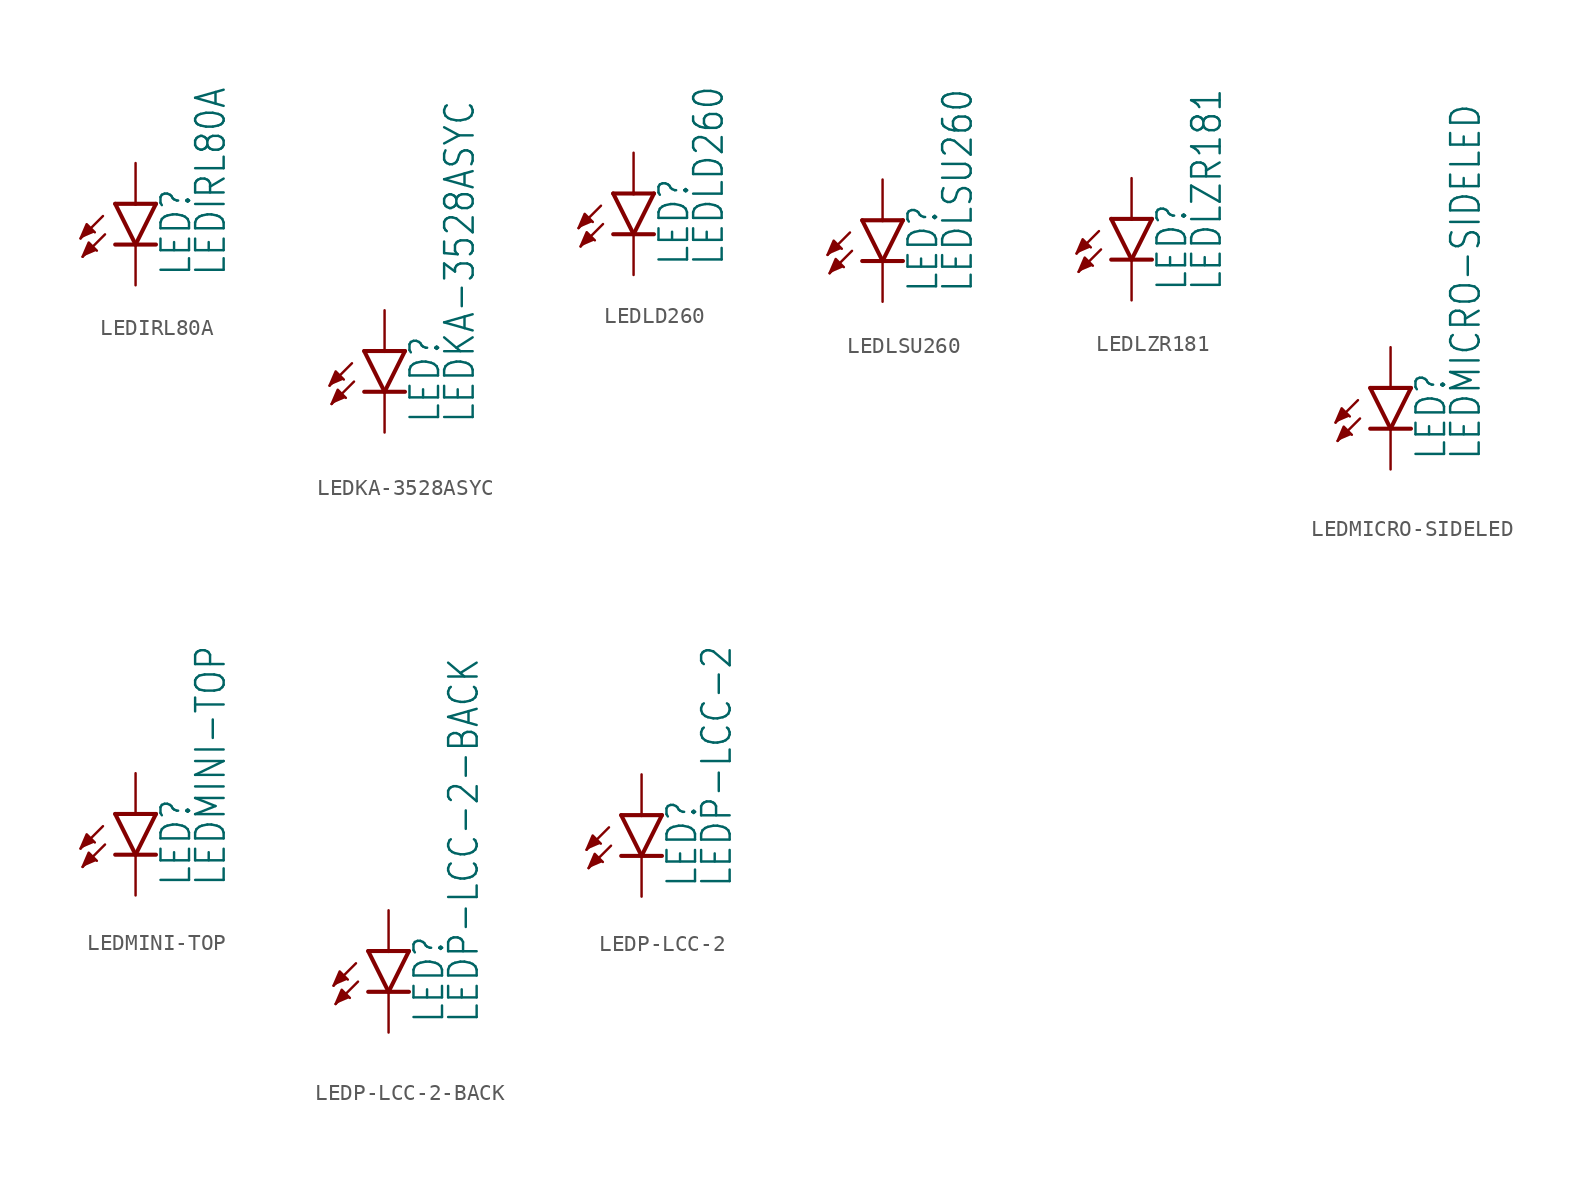
<source format=kicad_sym>
(kicad_symbol_lib
  (version 20210619)
  (generator kicad_symbol_editor)
  (symbol "LEDIRL80A"
    (property "Reference" "LED"
      (at 3.556 -4.572 90)
      (effects (font (size 1.778 1.511)) (justify left bottom)))
    (property "Value" "LEDIRL80A"
      (at 5.715 -4.572 90)
      (effects (font (size 1.778 1.511)) (justify left bottom)))
    (property "ki_locked" ""
      (at 0 0 0)
      (effects (font (size 1.27 1.27))))
    (symbol "LEDIRL80A_1_0"
      (polyline (pts (xy -2.032 -0.762) (xy -3.429 -2.159)) (stroke (width 0.152)) (fill (type none)))
      (polyline (pts (xy -1.905 -1.905) (xy -3.302 -3.302)) (stroke (width 0.152)) (fill (type none)))
      (polyline (pts (xy 0 -2.54) (xy -1.27 -2.54)) (stroke (width 0.254)) (fill (type none)))
      (polyline (pts (xy 0 -2.54) (xy -1.27 0)) (stroke (width 0.254)) (fill (type none)))
      (polyline (pts (xy 0 0) (xy -1.27 0)) (stroke (width 0.254)) (fill (type none)))
      (polyline (pts (xy 1.27 -2.54) (xy 0 -2.54)) (stroke (width 0.254)) (fill (type none)))
      (polyline (pts (xy 1.27 0) (xy 0 -2.54)) (stroke (width 0.254)) (fill (type none)))
      (polyline (pts (xy 1.27 0) (xy 0 0)) (stroke (width 0.254)) (fill (type none)))
      (polyline (pts (xy -3.429 -2.159) (xy -3.048 -1.27) (xy -2.54 -1.778)) (stroke (width 0)) (fill (type outline)))
      (polyline (pts (xy -3.302 -3.302) (xy -2.921 -2.413) (xy -2.413 -2.921)) (stroke (width 0)) (fill (type outline)))
      (pin passive line (at 0 2.54 270) (length 2.54) (name "A" (effects (font (size 0 0)))) (number "A" (effects (font (size 0 0)))))
      (pin passive line (at 0 -5.08 90) (length 2.54) (name "C" (effects (font (size 0 0)))) (number "K" (effects (font (size 0 0)))))))
  (symbol "LEDKA-3528ASYC"
    (property "Reference" "LED"
      (at 3.556 -4.572 90)
      (effects (font (size 1.778 1.511)) (justify left bottom)))
    (property "Value" "LEDKA-3528ASYC"
      (at 5.715 -4.572 90)
      (effects (font (size 1.778 1.511)) (justify left bottom)))
    (property "ki_locked" ""
      (at 0 0 0)
      (effects (font (size 1.27 1.27))))
    (symbol "LEDKA-3528ASYC_1_0"
      (polyline (pts (xy -2.032 -0.762) (xy -3.429 -2.159)) (stroke (width 0.152)) (fill (type none)))
      (polyline (pts (xy -1.905 -1.905) (xy -3.302 -3.302)) (stroke (width 0.152)) (fill (type none)))
      (polyline (pts (xy 0 -2.54) (xy -1.27 -2.54)) (stroke (width 0.254)) (fill (type none)))
      (polyline (pts (xy 0 -2.54) (xy -1.27 0)) (stroke (width 0.254)) (fill (type none)))
      (polyline (pts (xy 0 0) (xy -1.27 0)) (stroke (width 0.254)) (fill (type none)))
      (polyline (pts (xy 1.27 -2.54) (xy 0 -2.54)) (stroke (width 0.254)) (fill (type none)))
      (polyline (pts (xy 1.27 0) (xy 0 -2.54)) (stroke (width 0.254)) (fill (type none)))
      (polyline (pts (xy 1.27 0) (xy 0 0)) (stroke (width 0.254)) (fill (type none)))
      (polyline (pts (xy -3.429 -2.159) (xy -3.048 -1.27) (xy -2.54 -1.778)) (stroke (width 0)) (fill (type outline)))
      (polyline (pts (xy -3.302 -3.302) (xy -2.921 -2.413) (xy -2.413 -2.921)) (stroke (width 0)) (fill (type outline)))
      (pin passive line (at 0 2.54 270) (length 2.54) (name "A" (effects (font (size 0 0)))) (number "A" (effects (font (size 0 0)))))
      (pin passive line (at 0 -5.08 90) (length 2.54) (name "C" (effects (font (size 0 0)))) (number "C" (effects (font (size 0 0)))))))
  (symbol "LEDLD260"
    (property "Reference" "LED"
      (at 3.556 -4.572 90)
      (effects (font (size 1.778 1.511)) (justify left bottom)))
    (property "Value" "LEDLD260"
      (at 5.715 -4.572 90)
      (effects (font (size 1.778 1.511)) (justify left bottom)))
    (property "ki_locked" ""
      (at 0 0 0)
      (effects (font (size 1.27 1.27))))
    (symbol "LEDLD260_1_0"
      (polyline (pts (xy -2.032 -0.762) (xy -3.429 -2.159)) (stroke (width 0.152)) (fill (type none)))
      (polyline (pts (xy -1.905 -1.905) (xy -3.302 -3.302)) (stroke (width 0.152)) (fill (type none)))
      (polyline (pts (xy 0 -2.54) (xy -1.27 -2.54)) (stroke (width 0.254)) (fill (type none)))
      (polyline (pts (xy 0 -2.54) (xy -1.27 0)) (stroke (width 0.254)) (fill (type none)))
      (polyline (pts (xy 0 0) (xy -1.27 0)) (stroke (width 0.254)) (fill (type none)))
      (polyline (pts (xy 1.27 -2.54) (xy 0 -2.54)) (stroke (width 0.254)) (fill (type none)))
      (polyline (pts (xy 1.27 0) (xy 0 -2.54)) (stroke (width 0.254)) (fill (type none)))
      (polyline (pts (xy 1.27 0) (xy 0 0)) (stroke (width 0.254)) (fill (type none)))
      (polyline (pts (xy -3.429 -2.159) (xy -3.048 -1.27) (xy -2.54 -1.778)) (stroke (width 0)) (fill (type outline)))
      (polyline (pts (xy -3.302 -3.302) (xy -2.921 -2.413) (xy -2.413 -2.921)) (stroke (width 0)) (fill (type outline)))
      (pin passive line (at 0 2.54 270) (length 2.54) (name "A" (effects (font (size 0 0)))) (number "A" (effects (font (size 0 0)))))
      (pin passive line (at 0 -5.08 90) (length 2.54) (name "C" (effects (font (size 0 0)))) (number "K" (effects (font (size 0 0)))))))
  (symbol "LEDLSU260"
    (property "Reference" "LED"
      (at 3.556 -4.572 90)
      (effects (font (size 1.778 1.511)) (justify left bottom)))
    (property "Value" "LEDLSU260"
      (at 5.715 -4.572 90)
      (effects (font (size 1.778 1.511)) (justify left bottom)))
    (property "ki_locked" ""
      (at 0 0 0)
      (effects (font (size 1.27 1.27))))
    (symbol "LEDLSU260_1_0"
      (polyline (pts (xy -2.032 -0.762) (xy -3.429 -2.159)) (stroke (width 0.152)) (fill (type none)))
      (polyline (pts (xy -1.905 -1.905) (xy -3.302 -3.302)) (stroke (width 0.152)) (fill (type none)))
      (polyline (pts (xy 0 -2.54) (xy -1.27 -2.54)) (stroke (width 0.254)) (fill (type none)))
      (polyline (pts (xy 0 -2.54) (xy -1.27 0)) (stroke (width 0.254)) (fill (type none)))
      (polyline (pts (xy 0 0) (xy -1.27 0)) (stroke (width 0.254)) (fill (type none)))
      (polyline (pts (xy 1.27 -2.54) (xy 0 -2.54)) (stroke (width 0.254)) (fill (type none)))
      (polyline (pts (xy 1.27 0) (xy 0 -2.54)) (stroke (width 0.254)) (fill (type none)))
      (polyline (pts (xy 1.27 0) (xy 0 0)) (stroke (width 0.254)) (fill (type none)))
      (polyline (pts (xy -3.429 -2.159) (xy -3.048 -1.27) (xy -2.54 -1.778)) (stroke (width 0)) (fill (type outline)))
      (polyline (pts (xy -3.302 -3.302) (xy -2.921 -2.413) (xy -2.413 -2.921)) (stroke (width 0)) (fill (type outline)))
      (pin passive line (at 0 2.54 270) (length 2.54) (name "A" (effects (font (size 0 0)))) (number "A" (effects (font (size 0 0)))))
      (pin passive line (at 0 -5.08 90) (length 2.54) (name "C" (effects (font (size 0 0)))) (number "K" (effects (font (size 0 0)))))))
  (symbol "LEDLZR181"
    (property "Reference" "LED"
      (at 3.556 -4.572 90)
      (effects (font (size 1.778 1.511)) (justify left bottom)))
    (property "Value" "LEDLZR181"
      (at 5.715 -4.572 90)
      (effects (font (size 1.778 1.511)) (justify left bottom)))
    (property "ki_locked" ""
      (at 0 0 0)
      (effects (font (size 1.27 1.27))))
    (symbol "LEDLZR181_1_0"
      (polyline (pts (xy -2.032 -0.762) (xy -3.429 -2.159)) (stroke (width 0.152)) (fill (type none)))
      (polyline (pts (xy -1.905 -1.905) (xy -3.302 -3.302)) (stroke (width 0.152)) (fill (type none)))
      (polyline (pts (xy 0 -2.54) (xy -1.27 -2.54)) (stroke (width 0.254)) (fill (type none)))
      (polyline (pts (xy 0 -2.54) (xy -1.27 0)) (stroke (width 0.254)) (fill (type none)))
      (polyline (pts (xy 0 0) (xy -1.27 0)) (stroke (width 0.254)) (fill (type none)))
      (polyline (pts (xy 1.27 -2.54) (xy 0 -2.54)) (stroke (width 0.254)) (fill (type none)))
      (polyline (pts (xy 1.27 0) (xy 0 -2.54)) (stroke (width 0.254)) (fill (type none)))
      (polyline (pts (xy 1.27 0) (xy 0 0)) (stroke (width 0.254)) (fill (type none)))
      (polyline (pts (xy -3.429 -2.159) (xy -3.048 -1.27) (xy -2.54 -1.778)) (stroke (width 0)) (fill (type outline)))
      (polyline (pts (xy -3.302 -3.302) (xy -2.921 -2.413) (xy -2.413 -2.921)) (stroke (width 0)) (fill (type outline)))
      (pin passive line (at 0 2.54 270) (length 2.54) (name "A" (effects (font (size 0 0)))) (number "A" (effects (font (size 0 0)))))
      (pin passive line (at 0 -5.08 90) (length 2.54) (name "C" (effects (font (size 0 0)))) (number "K" (effects (font (size 0 0)))))))
  (symbol "LEDMICRO-SIDELED"
    (property "Reference" "LED"
      (at 3.556 -4.572 90)
      (effects (font (size 1.778 1.511)) (justify left bottom)))
    (property "Value" "LEDMICRO-SIDELED"
      (at 5.715 -4.572 90)
      (effects (font (size 1.778 1.511)) (justify left bottom)))
    (property "ki_locked" ""
      (at 0 0 0)
      (effects (font (size 1.27 1.27))))
    (symbol "LEDMICRO-SIDELED_1_0"
      (polyline (pts (xy -2.032 -0.762) (xy -3.429 -2.159)) (stroke (width 0.152)) (fill (type none)))
      (polyline (pts (xy -1.905 -1.905) (xy -3.302 -3.302)) (stroke (width 0.152)) (fill (type none)))
      (polyline (pts (xy 0 -2.54) (xy -1.27 -2.54)) (stroke (width 0.254)) (fill (type none)))
      (polyline (pts (xy 0 -2.54) (xy -1.27 0)) (stroke (width 0.254)) (fill (type none)))
      (polyline (pts (xy 0 0) (xy -1.27 0)) (stroke (width 0.254)) (fill (type none)))
      (polyline (pts (xy 1.27 -2.54) (xy 0 -2.54)) (stroke (width 0.254)) (fill (type none)))
      (polyline (pts (xy 1.27 0) (xy 0 -2.54)) (stroke (width 0.254)) (fill (type none)))
      (polyline (pts (xy 1.27 0) (xy 0 0)) (stroke (width 0.254)) (fill (type none)))
      (polyline (pts (xy -3.429 -2.159) (xy -3.048 -1.27) (xy -2.54 -1.778)) (stroke (width 0)) (fill (type outline)))
      (polyline (pts (xy -3.302 -3.302) (xy -2.921 -2.413) (xy -2.413 -2.921)) (stroke (width 0)) (fill (type outline)))
      (pin passive line (at 0 2.54 270) (length 2.54) (name "A" (effects (font (size 0 0)))) (number "A" (effects (font (size 0 0)))))
      (pin passive line (at 0 -5.08 90) (length 2.54) (name "C" (effects (font (size 0 0)))) (number "C" (effects (font (size 0 0)))))))
  (symbol "LEDMINI-TOP"
    (property "Reference" "LED"
      (at 3.556 -4.572 90)
      (effects (font (size 1.778 1.511)) (justify left bottom)))
    (property "Value" "LEDMINI-TOP"
      (at 5.715 -4.572 90)
      (effects (font (size 1.778 1.511)) (justify left bottom)))
    (property "ki_locked" ""
      (at 0 0 0)
      (effects (font (size 1.27 1.27))))
    (symbol "LEDMINI-TOP_1_0"
      (polyline (pts (xy -2.032 -0.762) (xy -3.429 -2.159)) (stroke (width 0.152)) (fill (type none)))
      (polyline (pts (xy -1.905 -1.905) (xy -3.302 -3.302)) (stroke (width 0.152)) (fill (type none)))
      (polyline (pts (xy 0 -2.54) (xy -1.27 -2.54)) (stroke (width 0.254)) (fill (type none)))
      (polyline (pts (xy 0 -2.54) (xy -1.27 0)) (stroke (width 0.254)) (fill (type none)))
      (polyline (pts (xy 0 0) (xy -1.27 0)) (stroke (width 0.254)) (fill (type none)))
      (polyline (pts (xy 1.27 -2.54) (xy 0 -2.54)) (stroke (width 0.254)) (fill (type none)))
      (polyline (pts (xy 1.27 0) (xy 0 -2.54)) (stroke (width 0.254)) (fill (type none)))
      (polyline (pts (xy 1.27 0) (xy 0 0)) (stroke (width 0.254)) (fill (type none)))
      (polyline (pts (xy -3.429 -2.159) (xy -3.048 -1.27) (xy -2.54 -1.778)) (stroke (width 0)) (fill (type outline)))
      (polyline (pts (xy -3.302 -3.302) (xy -2.921 -2.413) (xy -2.413 -2.921)) (stroke (width 0)) (fill (type outline)))
      (pin passive line (at 0 2.54 270) (length 2.54) (name "A" (effects (font (size 0 0)))) (number "A" (effects (font (size 0 0)))))
      (pin passive line (at 0 -5.08 90) (length 2.54) (name "C" (effects (font (size 0 0)))) (number "C" (effects (font (size 0 0)))))))
  (symbol "LEDP-LCC-2-BACK"
    (property "Reference" "LED"
      (at 3.556 -4.572 90)
      (effects (font (size 1.778 1.511)) (justify left bottom)))
    (property "Value" "LEDP-LCC-2-BACK"
      (at 5.715 -4.572 90)
      (effects (font (size 1.778 1.511)) (justify left bottom)))
    (property "ki_locked" ""
      (at 0 0 0)
      (effects (font (size 1.27 1.27))))
    (symbol "LEDP-LCC-2-BACK_1_0"
      (polyline (pts (xy -2.032 -0.762) (xy -3.429 -2.159)) (stroke (width 0.152)) (fill (type none)))
      (polyline (pts (xy -1.905 -1.905) (xy -3.302 -3.302)) (stroke (width 0.152)) (fill (type none)))
      (polyline (pts (xy 0 -2.54) (xy -1.27 -2.54)) (stroke (width 0.254)) (fill (type none)))
      (polyline (pts (xy 0 -2.54) (xy -1.27 0)) (stroke (width 0.254)) (fill (type none)))
      (polyline (pts (xy 0 0) (xy -1.27 0)) (stroke (width 0.254)) (fill (type none)))
      (polyline (pts (xy 1.27 -2.54) (xy 0 -2.54)) (stroke (width 0.254)) (fill (type none)))
      (polyline (pts (xy 1.27 0) (xy 0 -2.54)) (stroke (width 0.254)) (fill (type none)))
      (polyline (pts (xy 1.27 0) (xy 0 0)) (stroke (width 0.254)) (fill (type none)))
      (polyline (pts (xy -3.429 -2.159) (xy -3.048 -1.27) (xy -2.54 -1.778)) (stroke (width 0)) (fill (type outline)))
      (polyline (pts (xy -3.302 -3.302) (xy -2.921 -2.413) (xy -2.413 -2.921)) (stroke (width 0)) (fill (type outline)))
      (pin passive line (at 0 2.54 270) (length 2.54) (name "A" (effects (font (size 0 0)))) (number "A" (effects (font (size 0 0)))))
      (pin passive line (at 0 -5.08 90) (length 2.54) (name "C" (effects (font (size 0 0)))) (number "C" (effects (font (size 0 0)))))))
  (symbol "LEDP-LCC-2"
    (property "Reference" "LED"
      (at 3.556 -4.572 90)
      (effects (font (size 1.778 1.511)) (justify left bottom)))
    (property "Value" "LEDP-LCC-2"
      (at 5.715 -4.572 90)
      (effects (font (size 1.778 1.511)) (justify left bottom)))
    (property "ki_locked" ""
      (at 0 0 0)
      (effects (font (size 1.27 1.27))))
    (symbol "LEDP-LCC-2_1_0"
      (polyline (pts (xy -2.032 -0.762) (xy -3.429 -2.159)) (stroke (width 0.152)) (fill (type none)))
      (polyline (pts (xy -1.905 -1.905) (xy -3.302 -3.302)) (stroke (width 0.152)) (fill (type none)))
      (polyline (pts (xy 0 -2.54) (xy -1.27 -2.54)) (stroke (width 0.254)) (fill (type none)))
      (polyline (pts (xy 0 -2.54) (xy -1.27 0)) (stroke (width 0.254)) (fill (type none)))
      (polyline (pts (xy 0 0) (xy -1.27 0)) (stroke (width 0.254)) (fill (type none)))
      (polyline (pts (xy 1.27 -2.54) (xy 0 -2.54)) (stroke (width 0.254)) (fill (type none)))
      (polyline (pts (xy 1.27 0) (xy 0 -2.54)) (stroke (width 0.254)) (fill (type none)))
      (polyline (pts (xy 1.27 0) (xy 0 0)) (stroke (width 0.254)) (fill (type none)))
      (polyline (pts (xy -3.429 -2.159) (xy -3.048 -1.27) (xy -2.54 -1.778)) (stroke (width 0)) (fill (type outline)))
      (polyline (pts (xy -3.302 -3.302) (xy -2.921 -2.413) (xy -2.413 -2.921)) (stroke (width 0)) (fill (type outline)))
      (pin passive line (at 0 2.54 270) (length 2.54) (name "A" (effects (font (size 0 0)))) (number "A" (effects (font (size 0 0)))))
      (pin passive line (at 0 -5.08 90) (length 2.54) (name "C" (effects (font (size 0 0)))) (number "C" (effects (font (size 0 0))))))))
</source>
